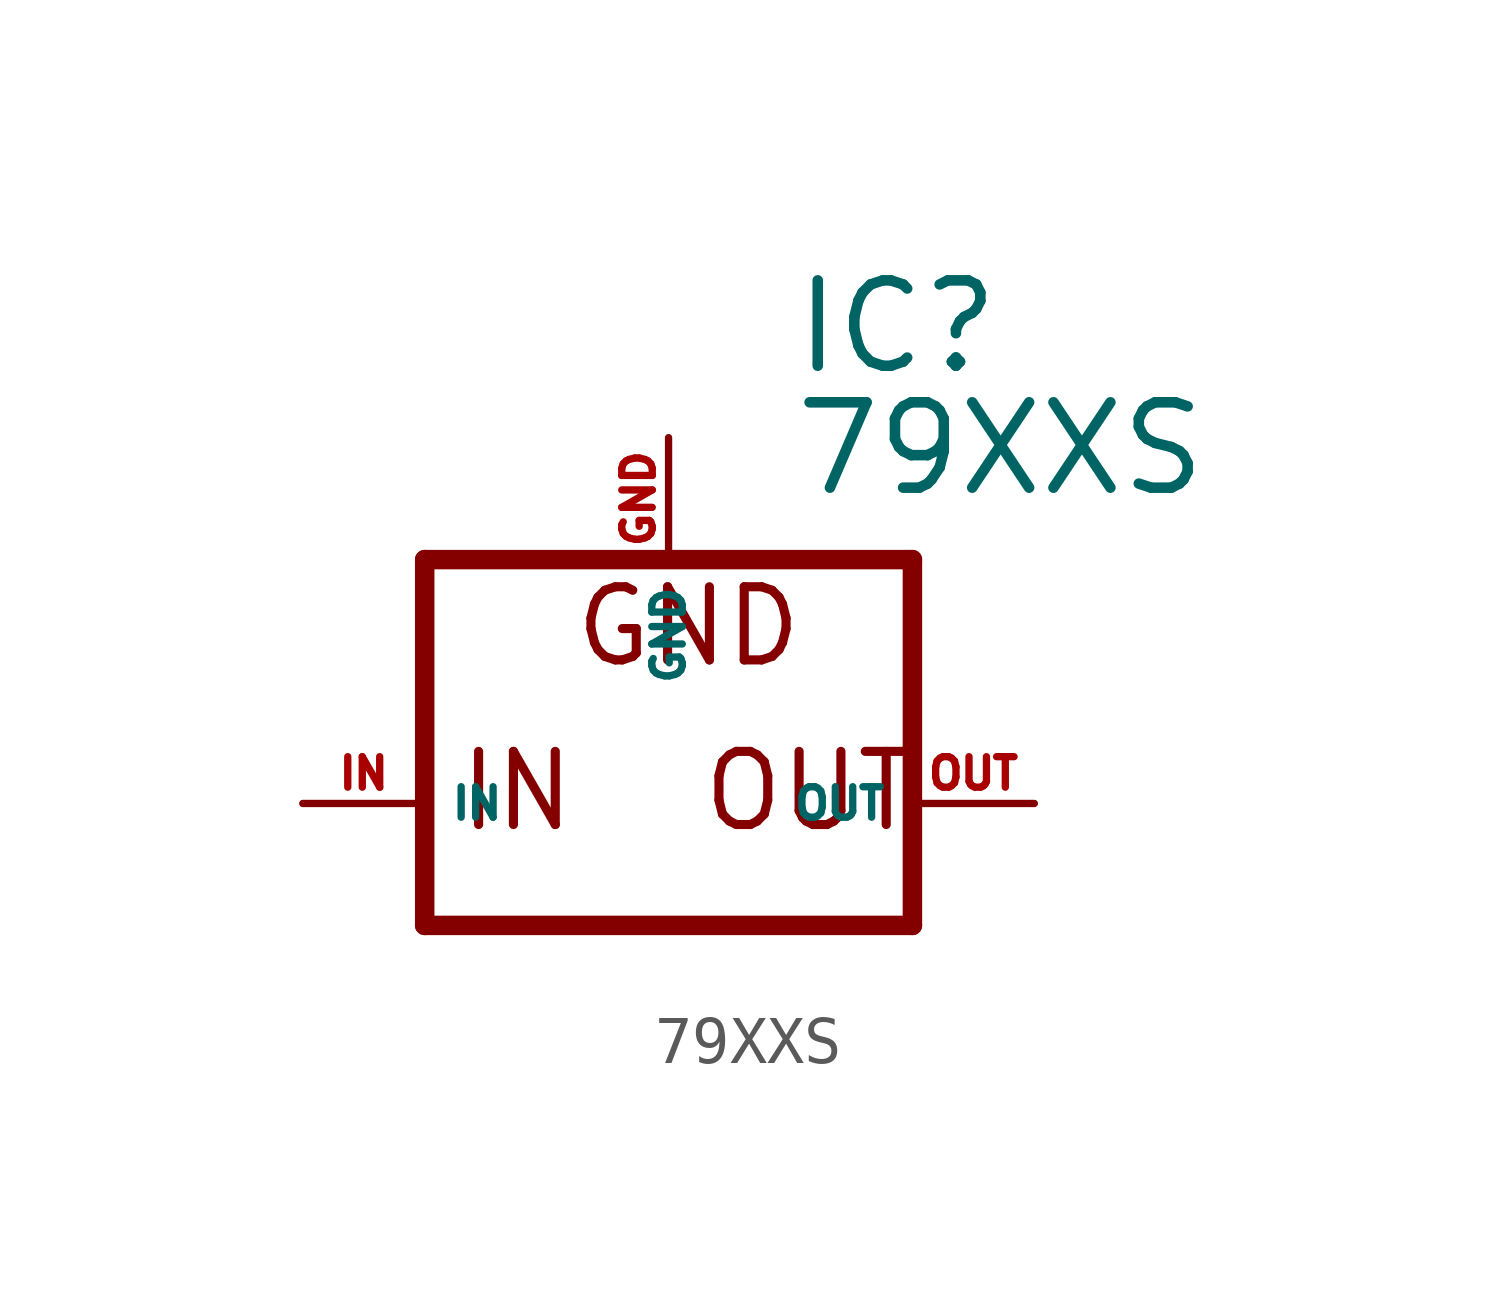
<source format=kicad_sym>
(kicad_symbol_lib
  (version 20220914)
  (generator Eagle2Kicad)
  (symbol "79XXS"
    (property "Reference" "IC"
      (at 2.54 8.89 0)
      (effects (font (size 1.778 1.778) (thickness 0.22)) (justify left bottom)))
    (property "Value" "79XXS"
      (at 2.54 6.35 0)
      (effects (font (size 1.778 1.778) (thickness 0.22)) (justify left bottom)))
    (polyline
      (pts (xy -5.08 -2.54) (xy 5.08 -2.54))
      (stroke (width 0.406) (type default))
      (fill (type none)))
    (polyline
      (pts (xy 5.08 -2.54) (xy 5.08 5.08))
      (stroke (width 0.406) (type default))
      (fill (type none)))
    (polyline
      (pts (xy 5.08 5.08) (xy -5.08 5.08))
      (stroke (width 0.406) (type default))
      (fill (type none)))
    (polyline
      (pts (xy -5.08 5.08) (xy -5.08 -2.54))
      (stroke (width 0.406) (type default))
      (fill (type none)))
    (text "GND"
      (at -2.032 2.794 0)
      (effects (font (size 1.524 1.524) (thickness 0.19)) (justify left bottom)))
    (text "OUT"
      (at 0.635 -0.635 0)
      (effects (font (size 1.524 1.524) (thickness 0.19)) (justify left bottom)))
    (text "IN"
      (at -4.445 -0.635 0)
      (effects (font (size 1.524 1.524) (thickness 0.19)) (justify left bottom)))
    (pin input line
      (at -7.62 0 0)
      (length 2.54)
      (name "IN" (effects (font (size 0.635 0.635) (thickness 0.08)) (justify left bottom)))
      (number "IN" (effects (font (size 0.635 0.635) (thickness 0.08)) (justify left bottom))))
    (pin input line
      (at 0 7.62 270)
      (length 2.54)
      (name "GND" (effects (font (size 0.635 0.635) (thickness 0.08)) (justify left bottom)))
      (number "GND" (effects (font (size 0.635 0.635) (thickness 0.08)) (justify left bottom))))
    (pin passive line
      (at 7.62 0 180)
      (length 2.54)
      (name "OUT" (effects (font (size 0.635 0.635) (thickness 0.08)) (justify left bottom)))
      (number "OUT" (effects (font (size 0.635 0.635) (thickness 0.08)) (justify left bottom))))))
</source>
